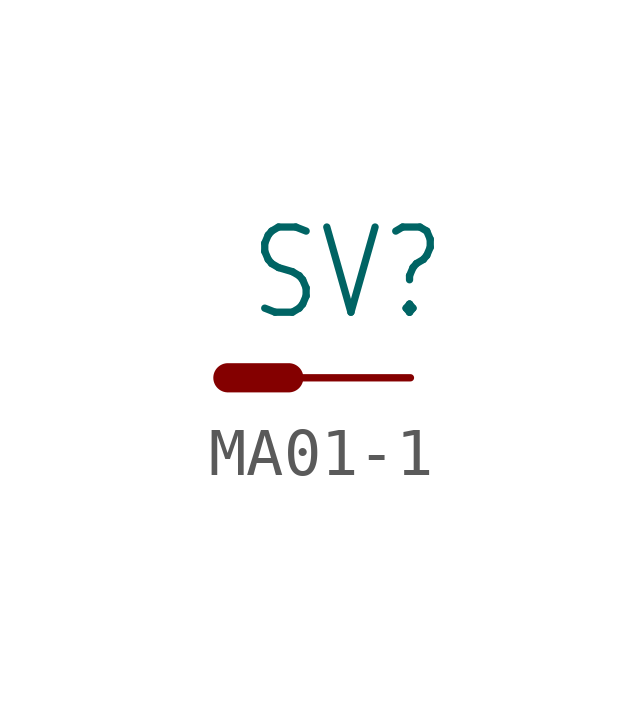
<source format=kicad_sym>
(kicad_symbol_lib
  (version 20211014)
  (generator kicad_symbol_editor)
  (symbol "MA01-1"
    (property "Reference" "SV"
      (at -3.429 1.143 0)
      (effects (font (size 1.778 1.511)) (justify left bottom)))
    (property "ki_locked" ""
      (at 0 0 0)
      (effects (font (size 1.27 1.27))))
    (symbol "MA01-1_1_0"
      (polyline (pts (xy -3.81 0) (xy -2.54 0)) (stroke (width 0.61) (type default) (color 0 0 0 0)) (fill (type none)))
      (pin passive line (at 0 0 180) (length 2.54) (name "P$1" (effects (font (size 0 0)))) (number "1" (effects (font (size 0 0))))))))
</source>
